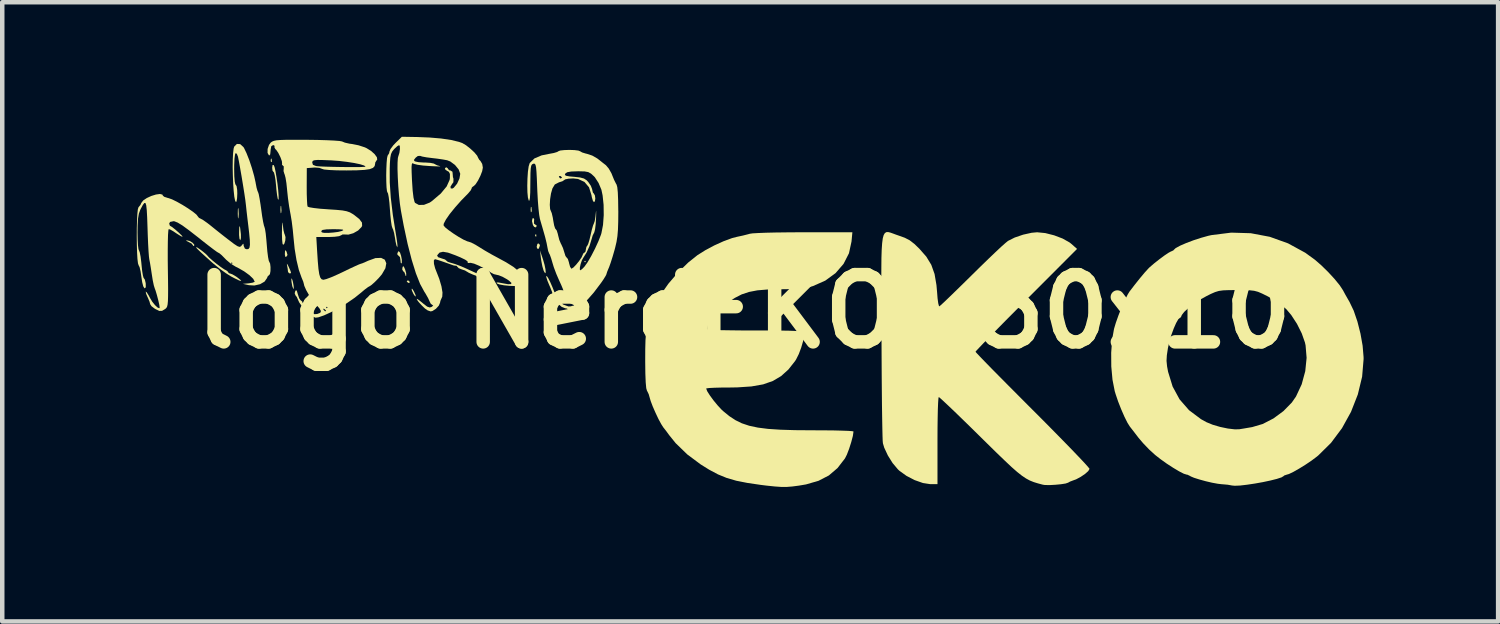
<source format=kicad_pcb>
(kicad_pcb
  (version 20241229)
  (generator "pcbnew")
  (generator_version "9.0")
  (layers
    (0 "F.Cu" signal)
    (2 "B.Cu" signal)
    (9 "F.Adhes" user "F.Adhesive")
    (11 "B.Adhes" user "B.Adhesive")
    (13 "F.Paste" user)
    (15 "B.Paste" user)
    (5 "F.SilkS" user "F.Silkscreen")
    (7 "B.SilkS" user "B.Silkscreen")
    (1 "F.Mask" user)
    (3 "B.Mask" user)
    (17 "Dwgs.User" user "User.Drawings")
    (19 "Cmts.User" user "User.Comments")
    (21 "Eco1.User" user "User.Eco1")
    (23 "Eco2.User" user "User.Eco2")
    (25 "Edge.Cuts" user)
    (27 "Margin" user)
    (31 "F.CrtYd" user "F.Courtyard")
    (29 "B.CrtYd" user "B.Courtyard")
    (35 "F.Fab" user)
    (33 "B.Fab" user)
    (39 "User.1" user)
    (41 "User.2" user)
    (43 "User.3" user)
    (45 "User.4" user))
  (footprint "logo NerdEKO-30x10"
    (layer "F.Cu")
    (at 13.547 3.896)
    (property "Reference" "logo NerdEKO-30x10" (at 0 0 0) (layer "F.SilkS") (effects (font (size 1.5 1.5) (thickness 0.3))))
    (attr board_only exclude_from_pos_files exclude_from_bom)
    (fp_poly (pts (xy -3.533 -1.113) (xy -3.55 -1.095) (xy -3.568 -1.113) (xy -3.55 -1.13)) (stroke (width 0) (type solid)) (fill yes) (layer "F.SilkS"))
    (fp_poly (pts (xy -10.539 -3.398) (xy -10.534 -3.343) (xy -10.541 -3.33) (xy -10.557 -3.341) (xy -10.56 -3.377) (xy -10.551 -3.414)) (stroke (width 0) (type solid)) (fill yes) (layer "F.SilkS"))
    (fp_poly (pts (xy -5.591 -0.693) (xy -5.602 -0.676) (xy -5.638 -0.674) (xy -5.675 -0.683) (xy -5.659 -0.695) (xy -5.604 -0.7)) (stroke (width 0) (type solid)) (fill yes) (layer "F.SilkS"))
    (fp_poly (pts (xy -4.64 -1.719) (xy -4.635 -1.677) (xy -4.64 -1.672) (xy -4.661 -1.677) (xy -4.663 -1.696) (xy -4.65 -1.725)) (stroke (width 0) (type solid)) (fill yes) (layer "F.SilkS"))
    (fp_poly (pts (xy -11.279 -2.287) (xy -11.273 -2.173) (xy -11.279 -2.093) (xy -11.287 -2.071) (xy -11.292 -2.111) (xy -11.294 -2.19) (xy -11.292 -2.277) (xy -11.286 -2.31)) (stroke (width 0) (type solid)) (fill yes) (layer "F.SilkS"))
    (fp_poly (pts (xy -10.326 -2.34) (xy -10.32 -2.248) (xy -10.326 -2.199) (xy -10.336 -2.19) (xy -10.341 -2.241) (xy -10.342 -2.279) (xy -10.338 -2.347) (xy -10.33 -2.357)) (stroke (width 0) (type solid)) (fill yes) (layer "F.SilkS"))
    (fp_poly (pts (xy -10.205 -1.33) (xy -10.186 -1.261) (xy -10.206 -1.226) (xy -10.234 -1.216) (xy -10.244 -1.268) (xy -10.244 -1.291) (xy -10.24 -1.358) (xy -10.225 -1.362)) (stroke (width 0) (type solid)) (fill yes) (layer "F.SilkS"))
    (fp_poly (pts (xy -7.489 -0.689) (xy -7.456 -0.657) (xy -7.454 -0.651) (xy -7.481 -0.636) (xy -7.489 -0.636) (xy -7.523 -0.663) (xy -7.525 -0.673) (xy -7.503 -0.694)) (stroke (width 0) (type solid)) (fill yes) (layer "F.SilkS"))
    (fp_poly (pts (xy -4.746 -2.328) (xy -4.745 -2.322) (xy -4.739 -2.245) (xy -4.746 -2.216) (xy -4.758 -2.215) (xy -4.762 -2.27) (xy -4.762 -2.279) (xy -4.757 -2.333)) (stroke (width 0) (type solid)) (fill yes) (layer "F.SilkS"))
    (fp_poly (pts (xy -4.561 -1.491) (xy -4.557 -1.468) (xy -4.579 -1.408) (xy -4.592 -1.395) (xy -4.62 -1.406) (xy -4.628 -1.446) (xy -4.613 -1.505) (xy -4.592 -1.519)) (stroke (width 0) (type solid)) (fill yes) (layer "F.SilkS"))
    (fp_poly (pts (xy -7.372 -0.458) (xy -7.365 -0.445) (xy -7.33 -0.367) (xy -7.325 -0.332) (xy -7.348 -0.349) (xy -7.376 -0.39) (xy -7.41 -0.463) (xy -7.418 -0.503) (xy -7.405 -0.507)) (stroke (width 0) (type solid)) (fill yes) (layer "F.SilkS"))
    (fp_poly (pts (xy -10.074 -0.694) (xy -10.064 -0.657) (xy -10.048 -0.567) (xy -10.045 -0.512) (xy -10.055 -0.504) (xy -10.075 -0.552) (xy -10.081 -0.573) (xy -10.097 -0.669) (xy -10.099 -0.724) (xy -10.091 -0.739)) (stroke (width 0) (type solid)) (fill yes) (layer "F.SilkS"))
    (fp_poly (pts (xy -12.368 -1.572) (xy -12.305 -1.535) (xy -12.265 -1.491) (xy -12.267 -1.463) (xy -12.292 -1.463) (xy -12.294 -1.475) (xy -12.323 -1.513) (xy -12.391 -1.549) (xy -12.442 -1.574) (xy -12.437 -1.587) (xy -12.433 -1.587)) (stroke (width 0) (type solid)) (fill yes) (layer "F.SilkS"))
    (fp_poly (pts (xy -11.242 -1.868) (xy -11.229 -1.758) (xy -11.225 -1.722) (xy -11.224 -1.637) (xy -11.236 -1.592) (xy -11.241 -1.59) (xy -11.256 -1.622) (xy -11.265 -1.703) (xy -11.265 -1.775) (xy -11.261 -1.876) (xy -11.253 -1.907)) (stroke (width 0) (type solid)) (fill yes) (layer "F.SilkS"))
    (fp_poly (pts (xy -10.183 -1.044) (xy -10.158 -0.994) (xy -10.119 -0.905) (xy -10.107 -0.862) (xy -10.121 -0.849) (xy -10.139 -0.848) (xy -10.172 -0.876) (xy -10.175 -0.892) (xy -10.182 -0.959) (xy -10.194 -1.024) (xy -10.2 -1.066)) (stroke (width 0) (type solid)) (fill yes) (layer "F.SilkS"))
    (fp_poly (pts (xy -7.588 -0.993) (xy -7.564 -0.94) (xy -7.539 -0.856) (xy -7.538 -0.798) (xy -7.553 -0.792) (xy -7.557 -0.818) (xy -7.58 -0.877) (xy -7.599 -0.89) (xy -7.625 -0.93) (xy -7.623 -0.973) (xy -7.608 -1.012)) (stroke (width 0) (type solid)) (fill yes) (layer "F.SilkS"))
    (fp_poly (pts (xy -4.484 -1.149) (xy -4.452 -1.037) (xy -4.433 -0.943) (xy -4.427 -0.877) (xy -4.435 -0.851) (xy -4.457 -0.877) (xy -4.476 -0.918) (xy -4.502 -1.007) (xy -4.525 -1.128) (xy -4.533 -1.183) (xy -4.554 -1.36)) (stroke (width 0) (type solid)) (fill yes) (layer "F.SilkS"))
    (fp_poly (pts (xy -4.684 -2.056) (xy -4.688 -2.014) (xy -4.687 -1.957) (xy -4.667 -1.943) (xy -4.63 -1.918) (xy -4.628 -1.908) (xy -4.646 -1.874) (xy -4.685 -1.887) (xy -4.712 -1.928) (xy -4.733 -2.015) (xy -4.723 -2.073) (xy -4.702 -2.084)) (stroke (width 0) (type solid)) (fill yes) (layer "F.SilkS"))
    (fp_poly (pts (xy -7.676 -1.312) (xy -7.652 -1.24) (xy -7.636 -1.156) (xy -7.636 -1.089) (xy -7.644 -1.07) (xy -7.66 -1.083) (xy -7.666 -1.142) (xy -7.677 -1.211) (xy -7.701 -1.236) (xy -7.733 -1.265) (xy -7.737 -1.289) (xy -7.718 -1.336) (xy -7.703 -1.342)) (stroke (width 0) (type solid)) (fill yes) (layer "F.SilkS"))
    (fp_poly (pts (xy -10.294 -1.974) (xy -10.289 -1.926) (xy -10.276 -1.817) (xy -10.256 -1.736) (xy -10.246 -1.714) (xy -10.23 -1.659) (xy -10.235 -1.582) (xy -10.255 -1.513) (xy -10.284 -1.484) (xy -10.297 -1.516) (xy -10.306 -1.604) (xy -10.31 -1.73) (xy -10.309 -1.793) (xy -10.305 -1.922) (xy -10.3 -1.983)) (stroke (width 0) (type solid)) (fill yes) (layer "F.SilkS"))
    (fp_poly (pts (xy -10.492 -3.264) (xy -10.473 -3.217) (xy -10.452 -3.12) (xy -10.43 -2.991) (xy -10.409 -2.848) (xy -10.393 -2.709) (xy -10.384 -2.591) (xy -10.383 -2.512) (xy -10.389 -2.489) (xy -10.403 -2.514) (xy -10.418 -2.596) (xy -10.433 -2.718) (xy -10.439 -2.791) (xy -10.453 -2.931) (xy -10.471 -3.039) (xy -10.488 -3.101) (xy -10.496 -3.109) (xy -10.519 -3.139) (xy -10.527 -3.204) (xy -10.518 -3.267)) (stroke (width 0) (type solid)) (fill yes) (layer "F.SilkS"))
    (fp_poly (pts (xy -12.199 -1.427) (xy -12.142 -1.389) (xy -12.072 -1.336) (xy -12.008 -1.283) (xy -11.971 -1.246) (xy -11.969 -1.243) (xy -11.934 -1.203) (xy -11.86 -1.138) (xy -11.768 -1.063) (xy -11.674 -0.992) (xy -11.596 -0.939) (xy -11.554 -0.918) (xy -11.518 -0.893) (xy -11.517 -0.883) (xy -11.488 -0.851) (xy -11.47 -0.848) (xy -11.415 -0.828) (xy -11.332 -0.779) (xy -11.305 -0.76) (xy -11.232 -0.701) (xy -11.218 -0.679) (xy -11.262 -0.69) (xy -11.36 -0.737) (xy -11.446 -0.782) (xy -11.565 -0.857) (xy -11.708 -0.961) (xy -11.849 -1.076) (xy -11.883 -1.106) (xy -12.023 -1.232) (xy -12.118 -1.319) (xy -12.178 -1.376) (xy -12.209 -1.409) (xy -12.222 -1.427) (xy -12.223 -1.435)) (stroke (width 0) (type solid)) (fill yes) (layer "F.SilkS"))
    (fp_poly (pts (xy 3.259 -1.759) (xy 3.318 -1.738) (xy 3.388 -1.712) (xy 3.44 -1.694) (xy 3.58 -1.644) (xy 3.69 -1.587) (xy 3.795 -1.506) (xy 3.906 -1.399) (xy 4.061 -1.222) (xy 4.172 -1.04) (xy 4.245 -0.835) (xy 4.287 -0.589) (xy 4.301 -0.432) (xy 4.312 -0.291) (xy 4.327 -0.182) (xy 4.343 -0.122) (xy 4.352 -0.114) (xy 4.384 -0.141) (xy 4.46 -0.211) (xy 4.572 -0.318) (xy 4.714 -0.456) (xy 4.879 -0.617) (xy 5.061 -0.796) (xy 5.08 -0.815) (xy 5.267 -0.999) (xy 5.443 -1.17) (xy 5.6 -1.32) (xy 5.73 -1.442) (xy 5.827 -1.528) (xy 5.881 -1.572) (xy 5.882 -1.573) (xy 6.033 -1.649) (xy 6.221 -1.713) (xy 6.41 -1.755) (xy 6.532 -1.766) (xy 6.714 -1.748) (xy 6.912 -1.698) (xy 7.101 -1.626) (xy 7.254 -1.54) (xy 7.291 -1.511) (xy 7.423 -1.395) (xy 6.29 -0.26) (xy 6.058 -0.026) (xy 5.841 0.192) (xy 5.646 0.39) (xy 5.476 0.563) (xy 5.338 0.705) (xy 5.236 0.812) (xy 5.174 0.878) (xy 5.158 0.899) (xy 5.182 0.927) (xy 5.252 1.001) (xy 5.362 1.115) (xy 5.508 1.265) (xy 5.686 1.445) (xy 5.89 1.651) (xy 6.116 1.878) (xy 6.359 2.122) (xy 6.429 2.192) (xy 6.677 2.44) (xy 6.908 2.674) (xy 7.119 2.889) (xy 7.305 3.08) (xy 7.46 3.242) (xy 7.581 3.37) (xy 7.662 3.46) (xy 7.699 3.506) (xy 7.701 3.51) (xy 7.673 3.559) (xy 7.6 3.624) (xy 7.502 3.69) (xy 7.401 3.744) (xy 7.348 3.763) (xy 7.266 3.794) (xy 7.223 3.818) (xy 7.167 3.837) (xy 7.064 3.853) (xy 6.937 3.865) (xy 6.809 3.872) (xy 6.704 3.87) (xy 6.659 3.863) (xy 6.55 3.834) (xy 6.456 3.805) (xy 6.369 3.77) (xy 6.284 3.724) (xy 6.192 3.662) (xy 6.088 3.58) (xy 5.964 3.471) (xy 5.814 3.33) (xy 5.63 3.153) (xy 5.407 2.934) (xy 5.275 2.804) (xy 5.066 2.598) (xy 4.872 2.409) (xy 4.7 2.242) (xy 4.554 2.103) (xy 4.441 1.997) (xy 4.367 1.93) (xy 4.338 1.908) (xy 4.331 1.941) (xy 4.324 2.037) (xy 4.318 2.185) (xy 4.314 2.377) (xy 4.311 2.603) (xy 4.31 2.855) (xy 4.31 2.879) (xy 4.31 3.851) (xy 4.147 3.851) (xy 3.986 3.826) (xy 3.801 3.761) (xy 3.618 3.666) (xy 3.46 3.552) (xy 3.427 3.521) (xy 3.31 3.382) (xy 3.203 3.211) (xy 3.122 3.037) (xy 3.093 2.94) (xy 3.088 2.885) (xy 3.084 2.766) (xy 3.08 2.589) (xy 3.076 2.36) (xy 3.072 2.085) (xy 3.069 1.772) (xy 3.066 1.425) (xy 3.064 1.051) (xy 3.062 0.657) (xy 3.062 0.538) (xy 3.06 0.07) (xy 3.058 -0.333) (xy 3.057 -0.675) (xy 3.058 -0.96) (xy 3.06 -1.193) (xy 3.066 -1.38) (xy 3.076 -1.523) (xy 3.09 -1.63) (xy 3.11 -1.703) (xy 3.136 -1.747) (xy 3.169 -1.769) (xy 3.21 -1.771)) (stroke (width 0) (type solid)) (fill yes) (layer "F.SilkS"))
    (fp_poly (pts (xy 2.393 -1.561) (xy 2.336 -1.298) (xy 2.215 -1.061) (xy 2.037 -0.855) (xy 1.808 -0.688) (xy 1.535 -0.567) (xy 1.433 -0.537) (xy 1.324 -0.517) (xy 1.192 -0.504) (xy 1.02 -0.498) (xy 0.803 -0.495) (xy 0.52 -0.49) (xy 0.293 -0.471) (xy 0.106 -0.435) (xy -0.056 -0.381) (xy -0.208 -0.303) (xy -0.292 -0.249) (xy -0.414 -0.155) (xy -0.536 -0.042) (xy -0.648 0.079) (xy -0.741 0.196) (xy -0.805 0.297) (xy -0.831 0.372) (xy -0.823 0.402) (xy -0.783 0.407) (xy -0.682 0.412) (xy -0.528 0.417) (xy -0.33 0.42) (xy -0.096 0.423) (xy 0.163 0.424) (xy 0.254 0.424) (xy 0.562 0.424) (xy 0.806 0.426) (xy 0.994 0.429) (xy 1.132 0.434) (xy 1.228 0.441) (xy 1.288 0.451) (xy 1.319 0.463) (xy 1.329 0.474) (xy 1.332 0.55) (xy 1.311 0.669) (xy 1.27 0.809) (xy 1.217 0.95) (xy 1.157 1.07) (xy 1.134 1.106) (xy 0.985 1.295) (xy 0.823 1.441) (xy 0.639 1.55) (xy 0.422 1.626) (xy 0.161 1.672) (xy -0.152 1.693) (xy -0.324 1.696) (xy -0.508 1.697) (xy -0.663 1.701) (xy -0.778 1.707) (xy -0.84 1.715) (xy -0.848 1.719) (xy -0.826 1.778) (xy -0.767 1.871) (xy -0.685 1.983) (xy -0.592 2.096) (xy -0.5 2.195) (xy -0.465 2.226) (xy -0.333 2.334) (xy -0.198 2.423) (xy -0.053 2.494) (xy 0.112 2.549) (xy 0.305 2.59) (xy 0.533 2.619) (xy 0.807 2.637) (xy 1.134 2.647) (xy 1.522 2.65) (xy 1.531 2.65) (xy 1.775 2.651) (xy 1.995 2.653) (xy 2.18 2.658) (xy 2.322 2.663) (xy 2.41 2.67) (xy 2.437 2.676) (xy 2.423 2.776) (xy 2.387 2.913) (xy 2.34 3.061) (xy 2.289 3.194) (xy 2.247 3.277) (xy 2.081 3.492) (xy 1.888 3.657) (xy 1.658 3.776) (xy 1.379 3.857) (xy 1.219 3.884) (xy 1.074 3.903) (xy 0.95 3.913) (xy 0.826 3.913) (xy 0.683 3.903) (xy 0.5 3.884) (xy 0.371 3.868) (xy 0.071 3.824) (xy -0.177 3.775) (xy -0.39 3.713) (xy -0.586 3.633) (xy -0.783 3.528) (xy -0.971 3.411) (xy -1.27 3.188) (xy -1.529 2.937) (xy -1.676 2.755) (xy -1.74 2.667) (xy -1.793 2.599) (xy -1.803 2.587) (xy -1.85 2.514) (xy -1.913 2.398) (xy -1.979 2.258) (xy -2.04 2.119) (xy -2.085 2) (xy -2.102 1.943) (xy -2.13 1.845) (xy -2.165 1.773) (xy -2.168 1.77) (xy -2.185 1.711) (xy -2.197 1.582) (xy -2.205 1.383) (xy -2.208 1.116) (xy -2.208 1.081) (xy -2.207 0.834) (xy -2.202 0.642) (xy -2.19 0.488) (xy -2.168 0.355) (xy -2.133 0.227) (xy -2.083 0.087) (xy -2.014 -0.08) (xy -1.996 -0.124) (xy -1.869 -0.365) (xy -1.692 -0.618) (xy -1.48 -0.866) (xy -1.248 -1.092) (xy -1.044 -1.255) (xy -0.869 -1.365) (xy -0.667 -1.473) (xy -0.459 -1.567) (xy -0.269 -1.637) (xy -0.163 -1.664) (xy -0.033 -1.692) (xy 0.086 -1.722) (xy 0.126 -1.733) (xy 0.188 -1.742) (xy 0.311 -1.749) (xy 0.485 -1.756) (xy 0.7 -1.761) (xy 0.948 -1.764) (xy 1.217 -1.766) (xy 1.323 -1.766) (xy 2.412 -1.766)) (stroke (width 0) (type solid)) (fill yes) (layer "F.SilkS"))
    (fp_poly (pts (xy 11.296 -1.745) (xy 11.721 -1.665) (xy 12.128 -1.519) (xy 12.511 -1.31) (xy 12.726 -1.154) (xy 12.872 -1.027) (xy 13.023 -0.879) (xy 13.164 -0.726) (xy 13.28 -0.584) (xy 13.356 -0.468) (xy 13.36 -0.46) (xy 13.405 -0.376) (xy 13.468 -0.266) (xy 13.499 -0.212) (xy 13.592 -0.018) (xy 13.675 0.225) (xy 13.743 0.493) (xy 13.791 0.763) (xy 13.812 1.014) (xy 13.813 1.06) (xy 13.78 1.454) (xy 13.684 1.851) (xy 13.532 2.239) (xy 13.331 2.603) (xy 13.086 2.931) (xy 12.803 3.21) (xy 12.773 3.235) (xy 12.652 3.326) (xy 12.514 3.419) (xy 12.373 3.506) (xy 12.246 3.578) (xy 12.148 3.625) (xy 12.1 3.639) (xy 12.041 3.659) (xy 12.03 3.671) (xy 11.982 3.7) (xy 11.878 3.734) (xy 11.735 3.77) (xy 11.566 3.806) (xy 11.387 3.838) (xy 11.213 3.864) (xy 11.059 3.882) (xy 10.939 3.887) (xy 10.877 3.881) (xy 10.783 3.864) (xy 10.669 3.854) (xy 10.66 3.854) (xy 10.565 3.843) (xy 10.434 3.819) (xy 10.289 3.785) (xy 10.148 3.746) (xy 10.031 3.709) (xy 9.957 3.678) (xy 9.946 3.67) (xy 9.883 3.64) (xy 9.869 3.639) (xy 9.804 3.619) (xy 9.698 3.565) (xy 9.566 3.486) (xy 9.421 3.392) (xy 9.28 3.291) (xy 9.164 3.2) (xy 9.031 3.079) (xy 8.896 2.938) (xy 8.793 2.817) (xy 8.711 2.71) (xy 8.643 2.622) (xy 8.603 2.571) (xy 8.602 2.57) (xy 8.547 2.483) (xy 8.479 2.347) (xy 8.407 2.182) (xy 8.338 2.007) (xy 8.282 1.841) (xy 8.263 1.778) (xy 8.213 1.523) (xy 8.186 1.228) (xy 8.185 1.101) (xy 9.418 1.101) (xy 9.43 1.224) (xy 9.453 1.346) (xy 9.554 1.675) (xy 9.709 1.96) (xy 9.92 2.202) (xy 10.187 2.402) (xy 10.31 2.47) (xy 10.447 2.526) (xy 10.614 2.575) (xy 10.787 2.611) (xy 10.941 2.629) (xy 11.04 2.627) (xy 11.138 2.611) (xy 11.267 2.589) (xy 11.327 2.579) (xy 11.564 2.509) (xy 11.804 2.385) (xy 12.026 2.221) (xy 12.212 2.031) (xy 12.305 1.897) (xy 12.432 1.625) (xy 12.512 1.331) (xy 12.542 1.035) (xy 12.519 0.756) (xy 12.504 0.689) (xy 12.433 0.488) (xy 12.327 0.276) (xy 12.2 0.081) (xy 12.09 -0.05) (xy 11.979 -0.143) (xy 11.834 -0.244) (xy 11.683 -0.333) (xy 11.667 -0.341) (xy 11.55 -0.399) (xy 11.459 -0.438) (xy 11.373 -0.461) (xy 11.273 -0.472) (xy 11.139 -0.476) (xy 10.988 -0.477) (xy 10.81 -0.476) (xy 10.683 -0.471) (xy 10.586 -0.458) (xy 10.5 -0.432) (xy 10.406 -0.391) (xy 10.314 -0.345) (xy 10.171 -0.266) (xy 10.031 -0.173) (xy 9.907 -0.077) (xy 9.811 0.011) (xy 9.757 0.081) (xy 9.75 0.105) (xy 9.727 0.14) (xy 9.719 0.141) (xy 9.681 0.173) (xy 9.632 0.258) (xy 9.578 0.381) (xy 9.525 0.526) (xy 9.48 0.679) (xy 9.449 0.819) (xy 9.425 0.977) (xy 9.418 1.101) (xy 8.185 1.101) (xy 8.184 0.92) (xy 8.205 0.626) (xy 8.247 0.389) (xy 8.288 0.251) (xy 8.347 0.085) (xy 8.416 -0.089) (xy 8.488 -0.25) (xy 8.552 -0.378) (xy 8.591 -0.442) (xy 8.707 -0.593) (xy 8.824 -0.74) (xy 8.931 -0.868) (xy 9.014 -0.959) (xy 9.04 -0.985) (xy 9.143 -1.073) (xy 9.258 -1.164) (xy 9.37 -1.247) (xy 9.463 -1.309) (xy 9.522 -1.341) (xy 9.53 -1.342) (xy 9.576 -1.366) (xy 9.579 -1.373) (xy 9.623 -1.414) (xy 9.721 -1.467) (xy 9.857 -1.526) (xy 10.018 -1.587) (xy 10.187 -1.642) (xy 10.352 -1.688) (xy 10.421 -1.703) (xy 10.86 -1.758)) (stroke (width 0) (type solid)) (fill yes) (layer "F.SilkS"))
    (fp_poly (pts (xy -9.81 -3.829) (xy -9.746 -3.828) (xy -9.513 -3.825) (xy -9.309 -3.819) (xy -9.143 -3.811) (xy -9.025 -3.802) (xy -8.967 -3.791) (xy -8.964 -3.789) (xy -8.905 -3.765) (xy -8.804 -3.742) (xy -8.743 -3.734) (xy -8.602 -3.706) (xy -8.461 -3.66) (xy -8.422 -3.642) (xy -8.322 -3.58) (xy -8.241 -3.507) (xy -8.191 -3.437) (xy -8.185 -3.385) (xy -8.196 -3.373) (xy -8.228 -3.323) (xy -8.231 -3.296) (xy -8.242 -3.242) (xy -8.279 -3.202) (xy -8.352 -3.174) (xy -8.469 -3.157) (xy -8.639 -3.148) (xy -8.869 -3.145) (xy -9.086 -3.147) (xy -9.256 -3.155) (xy -9.37 -3.166) (xy -9.42 -3.182) (xy -9.477 -3.203) (xy -9.572 -3.21) (xy -9.607 -3.208) (xy -9.755 -3.197) (xy -9.757 -2.785) (xy -9.756 -2.62) (xy -9.751 -2.48) (xy -9.745 -2.38) (xy -9.737 -2.338) (xy -9.695 -2.323) (xy -9.597 -2.307) (xy -9.457 -2.291) (xy -9.29 -2.279) (xy -9.281 -2.278) (xy -9.093 -2.266) (xy -8.96 -2.253) (xy -8.866 -2.235) (xy -8.794 -2.21) (xy -8.73 -2.173) (xy -8.71 -2.16) (xy -8.586 -2.063) (xy -8.525 -1.983) (xy -8.521 -1.91) (xy -8.535 -1.883) (xy -8.61 -1.806) (xy -8.717 -1.745) (xy -8.826 -1.714) (xy -8.883 -1.716) (xy -8.955 -1.718) (xy -8.989 -1.699) (xy -9.035 -1.679) (xy -9.134 -1.666) (xy -9.27 -1.66) (xy -9.278 -1.66) (xy -9.543 -1.66) (xy -9.525 -1.351) (xy -9.51 -1.119) (xy -9.495 -0.949) (xy -9.477 -0.831) (xy -9.455 -0.758) (xy -9.426 -0.719) (xy -9.389 -0.707) (xy -9.383 -0.707) (xy -9.321 -0.722) (xy -9.212 -0.762) (xy -9.073 -0.823) (xy -8.945 -0.883) (xy -8.799 -0.954) (xy -8.676 -1.011) (xy -8.591 -1.049) (xy -8.558 -1.061) (xy -8.512 -1.076) (xy -8.429 -1.112) (xy -8.39 -1.13) (xy -8.224 -1.19) (xy -8.098 -1.195) (xy -8.016 -1.155) (xy -7.982 -1.075) (xy -8.002 -0.964) (xy -8.08 -0.829) (xy -8.153 -0.743) (xy -8.241 -0.654) (xy -8.312 -0.591) (xy -8.35 -0.565) (xy -8.351 -0.565) (xy -8.39 -0.543) (xy -8.465 -0.487) (xy -8.544 -0.42) (xy -8.686 -0.306) (xy -8.854 -0.19) (xy -9.034 -0.081) (xy -9.211 0.014) (xy -9.37 0.087) (xy -9.498 0.131) (xy -9.561 0.139) (xy -9.62 0.114) (xy -9.705 0.051) (xy -9.773 -0.011) (xy -9.858 -0.108) (xy -9.923 -0.2) (xy -9.945 -0.247) (xy -9.978 -0.323) (xy -10.007 -0.359) (xy -10.025 -0.406) (xy -10.015 -0.447) (xy -9.995 -0.478) (xy -9.975 -0.453) (xy -9.954 -0.38) (xy -9.925 -0.295) (xy -9.895 -0.25) (xy -9.888 -0.247) (xy -9.857 -0.22) (xy -9.856 -0.21) (xy -9.833 -0.165) (xy -9.775 -0.092) (xy -9.734 -0.047) (xy -9.649 0.031) (xy -9.583 0.061) (xy -9.522 0.056) (xy -9.455 0.03) (xy -9.439 -0.009) (xy -9.469 -0.061) (xy -9.391 -0.061) (xy -9.383 -0.041) (xy -9.347 -0.003) (xy -9.327 -0.011) (xy -9.326 -0.016) (xy -9.351 -0.045) (xy -9.367 -0.056) (xy -9.391 -0.061) (xy -9.469 -0.061) (xy -9.476 -0.073) (xy -9.49 -0.088) (xy -9.326 -0.088) (xy -9.309 -0.071) (xy -9.291 -0.088) (xy -9.309 -0.106) (xy -9.326 -0.088) (xy -9.49 -0.088) (xy -9.553 -0.158) (xy -9.627 -0.248) (xy -9.703 -0.361) (xy -9.769 -0.476) (xy -9.811 -0.572) (xy -9.821 -0.615) (xy -9.834 -0.664) (xy -9.867 -0.745) (xy -9.871 -0.754) (xy -9.932 -0.925) (xy -9.985 -1.147) (xy -10.026 -1.397) (xy -10.051 -1.643) (xy -10.065 -1.792) (xy -9.434 -1.792) (xy -9.418 -1.763) (xy -9.37 -1.753) (xy -9.278 -1.752) (xy -9.166 -1.76) (xy -9.057 -1.774) (xy -8.978 -1.794) (xy -8.973 -1.796) (xy -8.94 -1.814) (xy -8.954 -1.826) (xy -9.024 -1.832) (xy -9.156 -1.835) (xy -9.158 -1.835) (xy -9.314 -1.831) (xy -9.405 -1.818) (xy -9.434 -1.792) (xy -10.065 -1.792) (xy -10.068 -1.822) (xy -10.091 -2.008) (xy -10.117 -2.166) (xy -10.122 -2.19) (xy -10.149 -2.342) (xy -10.175 -2.527) (xy -10.194 -2.706) (xy -10.195 -2.72) (xy -10.21 -2.863) (xy -10.229 -2.98) (xy -10.248 -3.053) (xy -10.254 -3.064) (xy -10.274 -3.132) (xy -10.27 -3.179) (xy -10.269 -3.236) (xy -10.286 -3.25) (xy -10.309 -3.275) (xy -10.306 -3.294) (xy -10.308 -3.321) (xy -9.634 -3.321) (xy -9.618 -3.27) (xy -9.551 -3.244) (xy -9.527 -3.24) (xy -9.448 -3.234) (xy -9.324 -3.229) (xy -9.171 -3.225) (xy -9.003 -3.222) (xy -8.834 -3.22) (xy -8.679 -3.22) (xy -8.552 -3.221) (xy -8.469 -3.225) (xy -8.443 -3.229) (xy -8.476 -3.255) (xy -8.566 -3.283) (xy -8.698 -3.311) (xy -8.859 -3.336) (xy -9.035 -3.357) (xy -9.213 -3.37) (xy -9.222 -3.37) (xy -9.397 -3.377) (xy -9.513 -3.379) (xy -9.583 -3.373) (xy -9.619 -3.36) (xy -9.632 -3.337) (xy -9.634 -3.321) (xy -10.308 -3.321) (xy -10.311 -3.352) (xy -10.344 -3.442) (xy -10.39 -3.535) (xy -10.438 -3.605) (xy -10.457 -3.621) (xy -10.478 -3.663) (xy -10.473 -3.676) (xy -10.482 -3.705) (xy -10.508 -3.709) (xy -10.547 -3.686) (xy -10.562 -3.607) (xy -10.563 -3.584) (xy -10.571 -3.503) (xy -10.593 -3.478) (xy -10.598 -3.48) (xy -10.63 -3.536) (xy -10.629 -3.624) (xy -10.598 -3.714) (xy -10.559 -3.766) (xy -10.529 -3.788) (xy -10.489 -3.805) (xy -10.431 -3.817) (xy -10.344 -3.824) (xy -10.218 -3.828) (xy -10.043 -3.829)) (stroke (width 0) (type solid)) (fill yes) (layer "F.SilkS"))
    (fp_poly (pts (xy -11.241 -3.732) (xy -11.168 -3.666) (xy -11.153 -3.642) (xy -11.099 -3.529) (xy -11.037 -3.372) (xy -10.978 -3.194) (xy -10.929 -3.021) (xy -10.897 -2.877) (xy -10.895 -2.863) (xy -10.875 -2.759) (xy -10.853 -2.683) (xy -10.844 -2.667) (xy -10.828 -2.619) (xy -10.808 -2.517) (xy -10.786 -2.379) (xy -10.772 -2.279) (xy -10.751 -2.126) (xy -10.729 -1.998) (xy -10.71 -1.913) (xy -10.701 -1.889) (xy -10.687 -1.84) (xy -10.671 -1.738) (xy -10.657 -1.598) (xy -10.648 -1.49) (xy -10.635 -1.338) (xy -10.619 -1.213) (xy -10.603 -1.132) (xy -10.593 -1.11) (xy -10.573 -1.067) (xy -10.564 -0.989) (xy -10.565 -0.902) (xy -10.577 -0.834) (xy -10.594 -0.813) (xy -10.627 -0.783) (xy -10.643 -0.743) (xy -10.697 -0.666) (xy -10.797 -0.608) (xy -10.923 -0.579) (xy -11.045 -0.586) (xy -11.181 -0.616) (xy -11.048 -0.628) (xy -10.964 -0.642) (xy -10.919 -0.66) (xy -10.917 -0.665) (xy -10.95 -0.728) (xy -11.033 -0.808) (xy -11.153 -0.895) (xy -11.297 -0.977) (xy -11.341 -0.998) (xy -11.445 -1.062) (xy -11.463 -1.077) (xy -11.446 -1.077) (xy -11.428 -1.06) (xy -11.411 -1.077) (xy -11.428 -1.095) (xy -11.446 -1.077) (xy -11.463 -1.077) (xy -11.552 -1.152) (xy -11.581 -1.182) (xy -11.653 -1.255) (xy -11.707 -1.3) (xy -11.722 -1.307) (xy -11.758 -1.328) (xy -11.838 -1.386) (xy -11.953 -1.474) (xy -12.094 -1.584) (xy -12.189 -1.66) (xy -12.382 -1.81) (xy -12.528 -1.917) (xy -12.635 -1.982) (xy -12.708 -2.011) (xy -12.726 -2.013) (xy -12.804 -1.997) (xy -12.824 -1.961) (xy -12.809 -1.913) (xy -12.797 -1.906) (xy -12.759 -1.883) (xy -12.686 -1.825) (xy -12.612 -1.76) (xy -12.54 -1.69) (xy -12.524 -1.663) (xy -12.563 -1.679) (xy -12.658 -1.738) (xy -12.734 -1.789) (xy -12.801 -1.827) (xy -12.835 -1.837) (xy -12.843 -1.803) (xy -12.85 -1.708) (xy -12.854 -1.56) (xy -12.856 -1.37) (xy -12.856 -1.145) (xy -12.854 -0.973) (xy -12.85 -0.704) (xy -12.848 -0.496) (xy -12.849 -0.342) (xy -12.852 -0.232) (xy -12.859 -0.157) (xy -12.87 -0.11) (xy -12.886 -0.08) (xy -12.907 -0.06) (xy -12.912 -0.056) (xy -12.982 -0.014) (xy -13.045 -0.012) (xy -13.13 -0.053) (xy -13.15 -0.065) (xy -13.218 -0.117) (xy -13.247 -0.161) (xy -13.248 -0.162) (xy -13.262 -0.218) (xy -13.298 -0.303) (xy -13.304 -0.315) (xy -13.338 -0.393) (xy -13.347 -0.44) (xy -13.346 -0.444) (xy -13.323 -0.424) (xy -13.281 -0.357) (xy -13.251 -0.3) (xy -13.2 -0.215) (xy -13.139 -0.14) (xy -13.083 -0.088) (xy -13.045 -0.072) (xy -13.036 -0.089) (xy -13.045 -0.151) (xy -13.068 -0.252) (xy -13.098 -0.366) (xy -13.127 -0.464) (xy -13.145 -0.512) (xy -13.167 -0.582) (xy -13.191 -0.697) (xy -13.212 -0.83) (xy -13.233 -0.969) (xy -13.253 -1.09) (xy -13.268 -1.166) (xy -13.276 -1.23) (xy -13.285 -1.35) (xy -13.294 -1.514) (xy -13.302 -1.708) (xy -13.307 -1.863) (xy -13.315 -2.095) (xy -13.324 -2.261) (xy -13.336 -2.368) (xy -13.353 -2.418) (xy -13.378 -2.419) (xy -13.412 -2.374) (xy -13.458 -2.289) (xy -13.47 -2.264) (xy -13.5 -2.182) (xy -13.519 -2.07) (xy -13.528 -1.913) (xy -13.53 -1.763) (xy -13.527 -1.606) (xy -13.52 -1.476) (xy -13.509 -1.39) (xy -13.498 -1.362) (xy -13.481 -1.32) (xy -13.462 -1.225) (xy -13.446 -1.095) (xy -13.441 -1.042) (xy -13.427 -0.906) (xy -13.41 -0.803) (xy -13.394 -0.747) (xy -13.389 -0.742) (xy -13.367 -0.711) (xy -13.349 -0.635) (xy -13.347 -0.622) (xy -13.346 -0.539) (xy -13.369 -0.517) (xy -13.376 -0.519) (xy -13.402 -0.56) (xy -13.426 -0.653) (xy -13.444 -0.771) (xy -13.462 -0.894) (xy -13.484 -0.988) (xy -13.506 -1.031) (xy -13.52 -1.074) (xy -13.532 -1.173) (xy -13.54 -1.315) (xy -13.545 -1.486) (xy -13.547 -1.671) (xy -13.546 -1.857) (xy -13.541 -2.029) (xy -13.534 -2.173) (xy -13.523 -2.276) (xy -13.509 -2.323) (xy -13.508 -2.324) (xy -13.465 -2.376) (xy -13.446 -2.42) (xy -13.403 -2.476) (xy -13.322 -2.53) (xy -13.222 -2.576) (xy -13.118 -2.608) (xy -13.03 -2.62) (xy -12.975 -2.606) (xy -12.965 -2.583) (xy -12.934 -2.557) (xy -12.857 -2.532) (xy -12.836 -2.527) (xy -12.76 -2.5) (xy -12.652 -2.447) (xy -12.528 -2.377) (xy -12.405 -2.3) (xy -12.296 -2.225) (xy -12.219 -2.163) (xy -12.188 -2.124) (xy -12.188 -2.123) (xy -12.159 -2.087) (xy -12.126 -2.071) (xy -12.066 -2.038) (xy -11.975 -1.974) (xy -11.902 -1.917) (xy -11.794 -1.83) (xy -11.657 -1.721) (xy -11.518 -1.612) (xy -11.497 -1.597) (xy -11.379 -1.507) (xy -11.303 -1.457) (xy -11.256 -1.44) (xy -11.226 -1.451) (xy -11.208 -1.471) (xy -11.174 -1.512) (xy -11.164 -1.492) (xy -11.163 -1.463) (xy -11.135 -1.401) (xy -11.093 -1.387) (xy -11.056 -1.393) (xy -11.033 -1.423) (xy -11.023 -1.486) (xy -11.026 -1.593) (xy -11.041 -1.753) (xy -11.059 -1.908) (xy -11.079 -2.073) (xy -11.098 -2.237) (xy -11.112 -2.368) (xy -11.114 -2.385) (xy -11.126 -2.484) (xy -11.148 -2.634) (xy -11.177 -2.816) (xy -11.209 -3.01) (xy -11.242 -3.199) (xy -11.272 -3.362) (xy -11.29 -3.453) (xy -11.315 -3.515) (xy -11.341 -3.533) (xy -11.356 -3.499) (xy -11.368 -3.407) (xy -11.374 -3.267) (xy -11.375 -3.179) (xy -11.372 -3.015) (xy -11.362 -2.897) (xy -11.348 -2.834) (xy -11.34 -2.826) (xy -11.321 -2.794) (xy -11.308 -2.712) (xy -11.305 -2.632) (xy -11.31 -2.525) (xy -11.322 -2.455) (xy -11.335 -2.438) (xy -11.354 -2.471) (xy -11.372 -2.561) (xy -11.386 -2.694) (xy -11.397 -2.856) (xy -11.404 -3.035) (xy -11.408 -3.215) (xy -11.406 -3.384) (xy -11.399 -3.527) (xy -11.387 -3.632) (xy -11.374 -3.676) (xy -11.314 -3.736)) (stroke (width 0) (type solid)) (fill yes) (layer "F.SilkS"))
    (fp_poly (pts (xy -3.787 -3.599) (xy -3.699 -3.588) (xy -3.659 -3.572) (xy -3.614 -3.546) (xy -3.529 -3.52) (xy -3.508 -3.516) (xy -3.388 -3.476) (xy -3.275 -3.411) (xy -3.269 -3.406) (xy -3.175 -3.332) (xy -3.088 -3.264) (xy -3.082 -3.259) (xy -3.022 -3.188) (xy -2.962 -3.083) (xy -2.944 -3.038) (xy -2.901 -2.933) (xy -2.86 -2.851) (xy -2.847 -2.83) (xy -2.831 -2.773) (xy -2.819 -2.654) (xy -2.812 -2.48) (xy -2.809 -2.259) (xy -2.808 -2.229) (xy -2.81 -1.999) (xy -2.816 -1.822) (xy -2.828 -1.679) (xy -2.848 -1.552) (xy -2.878 -1.424) (xy -2.89 -1.378) (xy -2.934 -1.226) (xy -2.978 -1.087) (xy -3.014 -0.986) (xy -3.023 -0.966) (xy -3.057 -0.884) (xy -3.073 -0.832) (xy -3.073 -0.829) (xy -3.093 -0.789) (xy -3.142 -0.71) (xy -3.197 -0.631) (xy -3.355 -0.422) (xy -3.489 -0.269) (xy -3.606 -0.165) (xy -3.697 -0.109) (xy -3.791 -0.065) (xy -3.859 -0.031) (xy -3.912 -0.018) (xy -3.921 -0.035) (xy -3.951 -0.064) (xy -3.991 -0.071) (xy -4.068 -0.1) (xy -4.152 -0.172) (xy -4.224 -0.266) (xy -4.26 -0.353) (xy -4.288 -0.441) (xy -4.332 -0.552) (xy -4.348 -0.587) (xy -4.389 -0.686) (xy -4.413 -0.763) (xy -4.416 -0.781) (xy -4.404 -0.791) (xy -4.372 -0.746) (xy -4.327 -0.657) (xy -4.274 -0.535) (xy -4.236 -0.439) (xy -4.148 -0.266) (xy -4.042 -0.156) (xy -3.921 -0.112) (xy -3.877 -0.113) (xy -3.798 -0.133) (xy -3.759 -0.168) (xy -3.759 -0.169) (xy -3.761 -0.189) (xy -3.768 -0.177) (xy -3.797 -0.181) (xy -3.854 -0.224) (xy -3.92 -0.289) (xy -3.981 -0.361) (xy -4.02 -0.422) (xy -4.026 -0.444) (xy -4.041 -0.494) (xy -4.079 -0.586) (xy -4.127 -0.691) (xy -4.19 -0.836) (xy -4.247 -0.988) (xy -4.274 -1.077) (xy -4.306 -1.185) (xy -4.335 -1.266) (xy -4.348 -1.289) (xy -4.372 -1.348) (xy -4.389 -1.431) (xy -4.407 -1.525) (xy -4.438 -1.652) (xy -4.46 -1.731) (xy -4.5 -1.87) (xy -4.54 -2.007) (xy -4.557 -2.067) (xy -4.572 -2.151) (xy -4.588 -2.291) (xy -4.595 -2.377) (xy -4.336 -2.377) (xy -4.329 -2.283) (xy -4.315 -2.248) (xy -4.292 -2.192) (xy -4.269 -2.092) (xy -4.258 -2.022) (xy -4.239 -1.919) (xy -4.217 -1.852) (xy -4.205 -1.837) (xy -4.181 -1.806) (xy -4.157 -1.729) (xy -4.152 -1.705) (xy -4.124 -1.596) (xy -4.087 -1.508) (xy -4.082 -1.501) (xy -4.042 -1.414) (xy -4.011 -1.315) (xy -3.987 -1.238) (xy -3.96 -1.201) (xy -3.958 -1.201) (xy -3.933 -1.17) (xy -3.909 -1.094) (xy -3.906 -1.077) (xy -3.883 -0.996) (xy -3.856 -0.955) (xy -3.852 -0.954) (xy -3.81 -0.98) (xy -3.747 -1.045) (xy -3.68 -1.128) (xy -3.627 -1.206) (xy -3.603 -1.26) (xy -3.603 -1.262) (xy -3.581 -1.304) (xy -3.568 -1.307) (xy -3.539 -1.337) (xy -3.533 -1.376) (xy -3.519 -1.442) (xy -3.502 -1.463) (xy -3.48 -1.505) (xy -3.452 -1.596) (xy -3.426 -1.703) (xy -3.398 -1.825) (xy -3.371 -1.919) (xy -3.353 -1.962) (xy -3.334 -2.016) (xy -3.318 -2.114) (xy -3.31 -2.191) (xy -3.304 -2.246) (xy -3.302 -2.234) (xy -3.302 -2.161) (xy -3.304 -2.093) (xy -3.312 -1.952) (xy -3.326 -1.836) (xy -3.343 -1.766) (xy -3.348 -1.757) (xy -3.38 -1.693) (xy -3.407 -1.6) (xy -3.408 -1.598) (xy -3.451 -1.458) (xy -3.515 -1.315) (xy -3.584 -1.204) (xy -3.587 -1.201) (xy -3.62 -1.141) (xy -3.648 -1.059) (xy -3.665 -0.979) (xy -3.665 -0.926) (xy -3.656 -0.918) (xy -3.618 -0.943) (xy -3.564 -0.998) (xy -3.494 -1.096) (xy -3.411 -1.239) (xy -3.326 -1.404) (xy -3.25 -1.57) (xy -3.194 -1.714) (xy -3.184 -1.749) (xy -3.149 -1.929) (xy -3.133 -2.148) (xy -3.136 -2.377) (xy -3.158 -2.588) (xy -3.185 -2.715) (xy -3.248 -2.865) (xy -3.331 -2.993) (xy -3.353 -3.016) (xy -3.417 -3.074) (xy -3.478 -3.108) (xy -3.559 -3.123) (xy -3.682 -3.126) (xy -3.711 -3.126) (xy -3.858 -3.121) (xy -3.948 -3.105) (xy -3.991 -3.075) (xy -3.992 -3.073) (xy -4 -3.044) (xy -3.969 -3.025) (xy -3.889 -3.011) (xy -3.794 -3.003) (xy -3.66 -2.988) (xy -3.574 -2.965) (xy -3.512 -2.924) (xy -3.477 -2.886) (xy -3.42 -2.802) (xy -3.392 -2.728) (xy -3.391 -2.72) (xy -3.375 -2.653) (xy -3.356 -2.632) (xy -3.33 -2.588) (xy -3.321 -2.519) (xy -3.33 -2.458) (xy -3.352 -2.438) (xy -3.375 -2.469) (xy -3.399 -2.549) (xy -3.407 -2.596) (xy -3.461 -2.768) (xy -3.563 -2.889) (xy -3.706 -2.955) (xy -3.816 -2.967) (xy -3.92 -2.961) (xy -3.992 -2.946) (xy -4.008 -2.935) (xy -4.054 -2.904) (xy -4.131 -2.88) (xy -4.224 -2.832) (xy -4.277 -2.744) (xy -4.309 -2.632) (xy -4.329 -2.502) (xy -4.336 -2.377) (xy -4.595 -2.377) (xy -4.602 -2.467) (xy -4.613 -2.666) (xy -4.617 -2.76) (xy -4.625 -2.968) (xy -4.627 -3.005) (xy -4.133 -3.005) (xy -4.108 -2.969) (xy -4.098 -2.967) (xy -4.064 -2.98) (xy -4.063 -2.983) (xy -4.087 -3.013) (xy -4.098 -3.02) (xy -4.13 -3.018) (xy -4.133 -3.005) (xy -4.627 -3.005) (xy -4.633 -3.116) (xy -4.642 -3.213) (xy -4.654 -3.268) (xy -4.67 -3.293) (xy -4.693 -3.297) (xy -4.703 -3.294) (xy -4.731 -3.281) (xy -4.75 -3.25) (xy -4.761 -3.19) (xy -4.767 -3.088) (xy -4.769 -2.933) (xy -4.77 -2.849) (xy -4.772 -2.655) (xy -4.779 -2.531) (xy -4.791 -2.472) (xy -4.805 -2.473) (xy -4.824 -2.54) (xy -4.835 -2.658) (xy -4.838 -2.806) (xy -4.834 -2.965) (xy -4.824 -3.116) (xy -4.807 -3.237) (xy -4.784 -3.31) (xy -4.783 -3.311) (xy -4.68 -3.412) (xy -4.518 -3.481) (xy -4.354 -3.514) (xy -4.246 -3.534) (xy -4.17 -3.557) (xy -4.149 -3.571) (xy -4.105 -3.589) (xy -4.014 -3.599) (xy -3.9 -3.603)) (stroke (width 0) (type solid)) (fill yes) (layer "F.SilkS"))
    (fp_poly (pts (xy -7.288 -3.89) (xy -7.014 -3.879) (xy -6.758 -3.857) (xy -6.536 -3.824) (xy -6.361 -3.782) (xy -6.288 -3.756) (xy -6.203 -3.706) (xy -6.108 -3.631) (xy -6.019 -3.549) (xy -5.956 -3.474) (xy -5.935 -3.429) (xy -5.911 -3.385) (xy -5.882 -3.356) (xy -5.843 -3.29) (xy -5.829 -3.208) (xy -5.844 -3.128) (xy -5.884 -3.025) (xy -5.936 -2.921) (xy -5.99 -2.837) (xy -6.035 -2.793) (xy -6.044 -2.791) (xy -6.075 -2.763) (xy -6.076 -2.751) (xy -6.1 -2.7) (xy -6.156 -2.633) (xy -6.156 -2.633) (xy -6.311 -2.475) (xy -6.45 -2.318) (xy -6.567 -2.174) (xy -6.652 -2.051) (xy -6.7 -1.96) (xy -6.706 -1.921) (xy -6.672 -1.878) (xy -6.593 -1.814) (xy -6.487 -1.739) (xy -6.37 -1.664) (xy -6.261 -1.602) (xy -6.176 -1.564) (xy -6.146 -1.556) (xy -6.089 -1.537) (xy -5.996 -1.489) (xy -5.916 -1.44) (xy -5.782 -1.357) (xy -5.627 -1.268) (xy -5.536 -1.219) (xy -5.311 -1.097) (xy -5.147 -0.994) (xy -5.035 -0.903) (xy -4.972 -0.819) (xy -4.949 -0.733) (xy -4.962 -0.641) (xy -4.966 -0.629) (xy -4.984 -0.592) (xy -5.022 -0.572) (xy -5.096 -0.566) (xy -5.222 -0.571) (xy -5.231 -0.571) (xy -5.36 -0.584) (xy -5.461 -0.603) (xy -5.515 -0.625) (xy -5.523 -0.647) (xy -5.478 -0.646) (xy -5.403 -0.632) (xy -5.269 -0.608) (xy -5.198 -0.61) (xy -5.192 -0.638) (xy -5.251 -0.691) (xy -5.289 -0.717) (xy -5.389 -0.773) (xy -5.474 -0.807) (xy -5.502 -0.813) (xy -5.582 -0.832) (xy -5.636 -0.86) (xy -5.772 -0.946) (xy -5.907 -1.017) (xy -6.023 -1.066) (xy -6.103 -1.085) (xy -6.117 -1.083) (xy -6.163 -1.081) (xy -6.166 -1.093) (xy -6.172 -1.12) (xy -6.225 -1.156) (xy -6.331 -1.207) (xy -6.447 -1.255) (xy -6.606 -1.312) (xy -6.717 -1.331) (xy -6.791 -1.314) (xy -6.804 -1.304) (xy -6.849 -1.25) (xy -6.828 -1.211) (xy -6.747 -1.183) (xy -6.673 -1.159) (xy -6.641 -1.133) (xy -6.641 -1.132) (xy -6.611 -1.107) (xy -6.537 -1.083) (xy -6.531 -1.082) (xy -6.44 -1.055) (xy -6.316 -1.008) (xy -6.204 -0.959) (xy -6.067 -0.896) (xy -5.933 -0.835) (xy -5.851 -0.798) (xy -5.771 -0.759) (xy -5.73 -0.73) (xy -5.729 -0.724) (xy -5.767 -0.727) (xy -5.849 -0.75) (xy -5.953 -0.786) (xy -6.057 -0.825) (xy -6.141 -0.862) (xy -6.182 -0.887) (xy -6.183 -0.887) (xy -6.227 -0.914) (xy -6.297 -0.937) (xy -6.367 -0.965) (xy -6.394 -0.993) (xy -6.416 -1.019) (xy -6.421 -1.019) (xy -6.474 -1.025) (xy -6.5 -1.033) (xy -6.677 -1.096) (xy -6.808 -1.141) (xy -6.884 -1.163) (xy -6.899 -1.166) (xy -6.922 -1.137) (xy -6.919 -1.062) (xy -6.893 -0.962) (xy -6.873 -0.911) (xy -6.801 -0.727) (xy -6.752 -0.56) (xy -6.729 -0.423) (xy -6.734 -0.331) (xy -6.741 -0.315) (xy -6.775 -0.237) (xy -6.783 -0.196) (xy -6.811 -0.13) (xy -6.876 -0.059) (xy -6.953 -0.01) (xy -6.993 -0.001) (xy -7.06 -0.024) (xy -7.118 -0.064) (xy -7.192 -0.135) (xy -7.257 -0.206) (xy -7.298 -0.261) (xy -7.302 -0.283) (xy -7.302 -0.283) (xy -7.264 -0.261) (xy -7.195 -0.207) (xy -7.156 -0.174) (xy -7.071 -0.108) (xy -7.013 -0.089) (xy -6.97 -0.102) (xy -6.936 -0.131) (xy -6.948 -0.14) (xy -6.99 -0.171) (xy -7.015 -0.221) (xy -7.05 -0.298) (xy -7.108 -0.4) (xy -7.135 -0.442) (xy -7.228 -0.613) (xy -7.322 -0.851) (xy -7.415 -1.15) (xy -7.506 -1.504) (xy -7.593 -1.91) (xy -7.655 -2.243) (xy -7.679 -2.404) (xy -7.699 -2.592) (xy -7.715 -2.793) (xy -7.726 -2.991) (xy -7.732 -3.172) (xy -7.732 -3.222) (xy -7.419 -3.222) (xy -7.417 -3.11) (xy -7.41 -2.939) (xy -7.408 -2.906) (xy -7.394 -2.693) (xy -7.375 -2.537) (xy -7.352 -2.443) (xy -7.341 -2.422) (xy -7.256 -2.375) (xy -7.141 -2.378) (xy -7.014 -2.428) (xy -6.963 -2.463) (xy -6.767 -2.63) (xy -6.636 -2.788) (xy -6.57 -2.934) (xy -6.564 -2.971) (xy -6.563 -3.067) (xy -6.587 -3.115) (xy -6.614 -3.129) (xy -6.664 -3.161) (xy -6.675 -3.198) (xy -6.641 -3.215) (xy -6.607 -3.188) (xy -6.606 -3.179) (xy -6.577 -3.148) (xy -6.551 -3.144) (xy -6.507 -3.116) (xy -6.503 -3.082) (xy -6.496 -2.996) (xy -6.484 -2.96) (xy -6.486 -2.882) (xy -6.515 -2.842) (xy -6.551 -2.783) (xy -6.545 -2.744) (xy -6.504 -2.742) (xy -6.477 -2.76) (xy -6.403 -2.85) (xy -6.35 -2.966) (xy -6.333 -3.07) (xy -6.369 -3.168) (xy -6.45 -3.267) (xy -6.554 -3.344) (xy -6.624 -3.372) (xy -6.716 -3.389) (xy -6.847 -3.408) (xy -6.959 -3.421) (xy -7.084 -3.437) (xy -7.182 -3.455) (xy -7.228 -3.47) (xy -7.279 -3.467) (xy -7.327 -3.43) (xy -7.366 -3.38) (xy -7.355 -3.354) (xy -7.329 -3.343) (xy -7.26 -3.329) (xy -7.154 -3.322) (xy -7.105 -3.321) (xy -6.999 -3.314) (xy -6.922 -3.298) (xy -6.905 -3.288) (xy -6.846 -3.258) (xy -6.783 -3.241) (xy -6.776 -3.236) (xy -6.829 -3.235) (xy -6.932 -3.239) (xy -7.012 -3.243) (xy -7.16 -3.254) (xy -7.284 -3.271) (xy -7.364 -3.291) (xy -7.38 -3.299) (xy -7.401 -3.307) (xy -7.413 -3.284) (xy -7.419 -3.222) (xy -7.732 -3.222) (xy -7.731 -3.321) (xy -7.724 -3.423) (xy -7.716 -3.455) (xy -7.69 -3.537) (xy -7.678 -3.624) (xy -7.681 -3.689) (xy -7.696 -3.709) (xy -7.737 -3.686) (xy -7.8 -3.628) (xy -7.81 -3.618) (xy -7.85 -3.568) (xy -7.877 -3.51) (xy -7.893 -3.428) (xy -7.902 -3.304) (xy -7.906 -3.185) (xy -7.905 -2.878) (xy -7.882 -2.537) (xy -7.836 -2.151) (xy -7.766 -1.711) (xy -7.762 -1.689) (xy -7.743 -1.564) (xy -7.733 -1.473) (xy -7.736 -1.432) (xy -7.738 -1.432) (xy -7.756 -1.473) (xy -7.776 -1.561) (xy -7.787 -1.632) (xy -7.807 -1.745) (xy -7.831 -1.83) (xy -7.845 -1.857) (xy -7.861 -1.907) (xy -7.877 -2.012) (xy -7.892 -2.153) (xy -7.901 -2.273) (xy -7.913 -2.427) (xy -7.928 -2.55) (xy -7.943 -2.629) (xy -7.954 -2.65) (xy -7.967 -2.682) (xy -7.977 -2.768) (xy -7.982 -2.891) (xy -7.984 -3.035) (xy -7.981 -3.182) (xy -7.975 -3.315) (xy -7.966 -3.418) (xy -7.953 -3.475) (xy -7.949 -3.48) (xy -7.918 -3.53) (xy -7.913 -3.563) (xy -7.889 -3.621) (xy -7.828 -3.703) (xy -7.774 -3.76) (xy -7.635 -3.896)) (stroke (width 0) (type solid)) (fill yes) (layer "F.SilkS")))
  (gr_rect
    (start -3 -3)
    (end 30.36 10.809)
    (stroke (width 0.1) (type default))
    (fill no)
    (layer "Edge.Cuts")))
</source>
